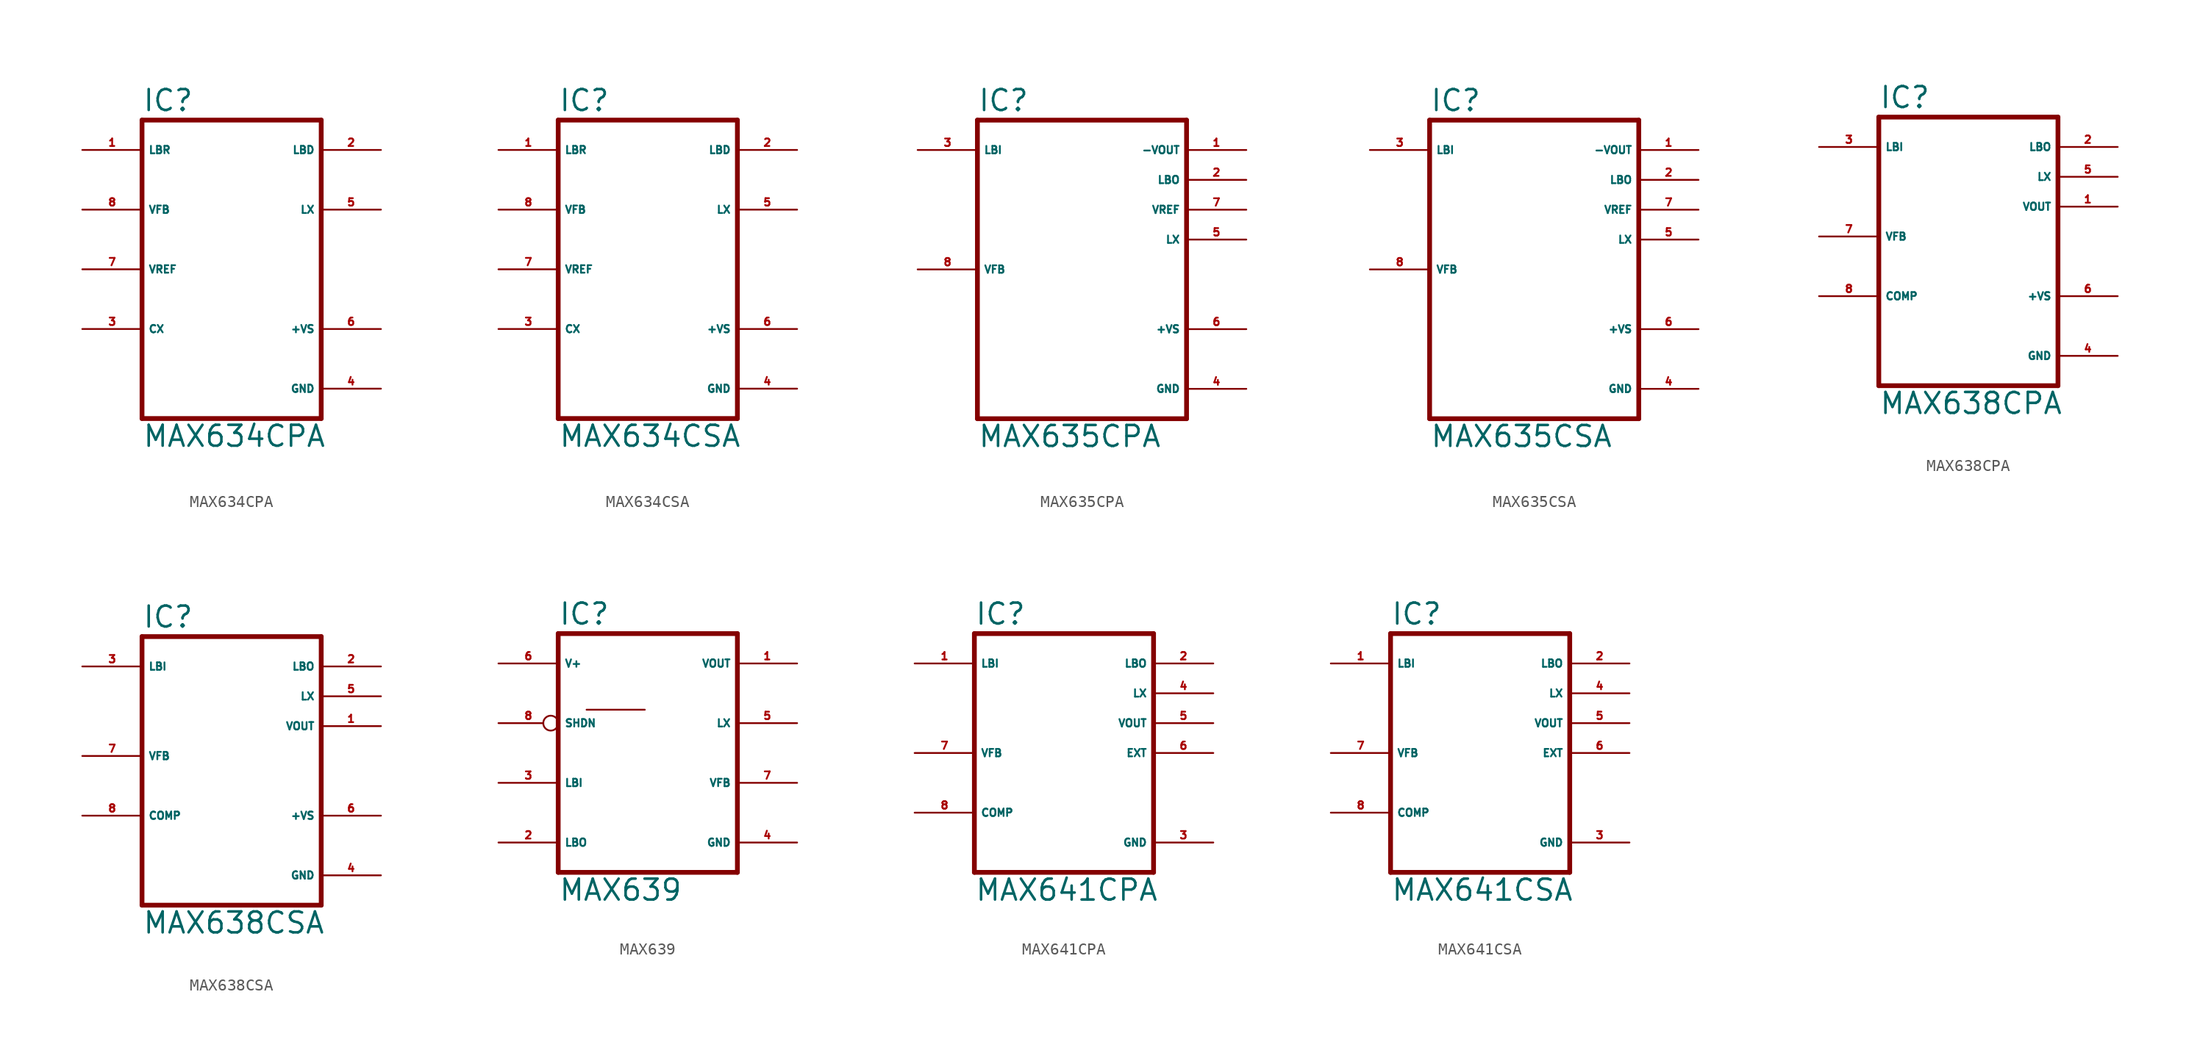
<source format=kicad_sym>
(kicad_symbol_lib
  (version 20220914)
  (generator Eagle2Kicad)
  (symbol "MAX634CPA"
    (property "Reference" "IC"
      (at -7.62 13.335 0)
      (effects (font (size 1.778 1.778) (thickness 0.22)) (justify left bottom)))
    (property "Value" "MAX634CPA"
      (at -7.62 -15.24 0)
      (effects (font (size 1.778 1.778) (thickness 0.22)) (justify left bottom)))
    (polyline
      (pts (xy -7.62 -12.7) (xy 7.62 -12.7))
      (stroke (width 0.406) (type default))
      (fill (type none)))
    (polyline
      (pts (xy 7.62 12.7) (xy 7.62 -12.7))
      (stroke (width 0.406) (type default))
      (fill (type none)))
    (polyline
      (pts (xy 7.62 12.7) (xy -7.62 12.7))
      (stroke (width 0.406) (type default))
      (fill (type none)))
    (polyline
      (pts (xy -7.62 -12.7) (xy -7.62 12.7))
      (stroke (width 0.406) (type default))
      (fill (type none)))
    (pin input line
      (at -12.7 5.08 0)
      (length 5.08)
      (name "VFB" (effects (font (size 0.635 0.635) (thickness 0.08)) (justify left bottom)))
      (number "8" (effects (font (size 0.635 0.635) (thickness 0.08)) (justify left bottom))))
    (pin input line
      (at -12.7 10.16 0)
      (length 5.08)
      (name "LBR" (effects (font (size 0.635 0.635) (thickness 0.08)) (justify left bottom)))
      (number "1" (effects (font (size 0.635 0.635) (thickness 0.08)) (justify left bottom))))
    (pin input line
      (at -12.7 0 0)
      (length 5.08)
      (name "VREF" (effects (font (size 0.635 0.635) (thickness 0.08)) (justify left bottom)))
      (number "7" (effects (font (size 0.635 0.635) (thickness 0.08)) (justify left bottom))))
    (pin passive line
      (at -12.7 -5.08 0)
      (length 5.08)
      (name "CX" (effects (font (size 0.635 0.635) (thickness 0.08)) (justify left bottom)))
      (number "3" (effects (font (size 0.635 0.635) (thickness 0.08)) (justify left bottom))))
    (pin unspecified line
      (at 12.7 -10.16 180)
      (length 5.08)
      (name "GND" (effects (font (size 0.635 0.635) (thickness 0.08)) (justify left bottom)))
      (number "4" (effects (font (size 0.635 0.635) (thickness 0.08)) (justify left bottom))))
    (pin unspecified line
      (at 12.7 -5.08 180)
      (length 5.08)
      (name "+VS" (effects (font (size 0.635 0.635) (thickness 0.08)) (justify left bottom)))
      (number "6" (effects (font (size 0.635 0.635) (thickness 0.08)) (justify left bottom))))
    (pin output line
      (at 12.7 10.16 180)
      (length 5.08)
      (name "LBD" (effects (font (size 0.635 0.635) (thickness 0.08)) (justify left bottom)))
      (number "2" (effects (font (size 0.635 0.635) (thickness 0.08)) (justify left bottom))))
    (pin output line
      (at 12.7 5.08 180)
      (length 5.08)
      (name "LX" (effects (font (size 0.635 0.635) (thickness 0.08)) (justify left bottom)))
      (number "5" (effects (font (size 0.635 0.635) (thickness 0.08)) (justify left bottom)))))
  (symbol "MAX634CSA"
    (property "Reference" "IC"
      (at -7.62 13.335 0)
      (effects (font (size 1.778 1.778) (thickness 0.22)) (justify left bottom)))
    (property "Value" "MAX634CSA"
      (at -7.62 -15.24 0)
      (effects (font (size 1.778 1.778) (thickness 0.22)) (justify left bottom)))
    (polyline
      (pts (xy -7.62 -12.7) (xy 7.62 -12.7))
      (stroke (width 0.406) (type default))
      (fill (type none)))
    (polyline
      (pts (xy 7.62 12.7) (xy 7.62 -12.7))
      (stroke (width 0.406) (type default))
      (fill (type none)))
    (polyline
      (pts (xy 7.62 12.7) (xy -7.62 12.7))
      (stroke (width 0.406) (type default))
      (fill (type none)))
    (polyline
      (pts (xy -7.62 -12.7) (xy -7.62 12.7))
      (stroke (width 0.406) (type default))
      (fill (type none)))
    (pin input line
      (at -12.7 5.08 0)
      (length 5.08)
      (name "VFB" (effects (font (size 0.635 0.635) (thickness 0.08)) (justify left bottom)))
      (number "8" (effects (font (size 0.635 0.635) (thickness 0.08)) (justify left bottom))))
    (pin input line
      (at -12.7 10.16 0)
      (length 5.08)
      (name "LBR" (effects (font (size 0.635 0.635) (thickness 0.08)) (justify left bottom)))
      (number "1" (effects (font (size 0.635 0.635) (thickness 0.08)) (justify left bottom))))
    (pin input line
      (at -12.7 0 0)
      (length 5.08)
      (name "VREF" (effects (font (size 0.635 0.635) (thickness 0.08)) (justify left bottom)))
      (number "7" (effects (font (size 0.635 0.635) (thickness 0.08)) (justify left bottom))))
    (pin passive line
      (at -12.7 -5.08 0)
      (length 5.08)
      (name "CX" (effects (font (size 0.635 0.635) (thickness 0.08)) (justify left bottom)))
      (number "3" (effects (font (size 0.635 0.635) (thickness 0.08)) (justify left bottom))))
    (pin unspecified line
      (at 12.7 -10.16 180)
      (length 5.08)
      (name "GND" (effects (font (size 0.635 0.635) (thickness 0.08)) (justify left bottom)))
      (number "4" (effects (font (size 0.635 0.635) (thickness 0.08)) (justify left bottom))))
    (pin unspecified line
      (at 12.7 -5.08 180)
      (length 5.08)
      (name "+VS" (effects (font (size 0.635 0.635) (thickness 0.08)) (justify left bottom)))
      (number "6" (effects (font (size 0.635 0.635) (thickness 0.08)) (justify left bottom))))
    (pin output line
      (at 12.7 10.16 180)
      (length 5.08)
      (name "LBD" (effects (font (size 0.635 0.635) (thickness 0.08)) (justify left bottom)))
      (number "2" (effects (font (size 0.635 0.635) (thickness 0.08)) (justify left bottom))))
    (pin output line
      (at 12.7 5.08 180)
      (length 5.08)
      (name "LX" (effects (font (size 0.635 0.635) (thickness 0.08)) (justify left bottom)))
      (number "5" (effects (font (size 0.635 0.635) (thickness 0.08)) (justify left bottom)))))
  (symbol "MAX635CPA"
    (property "Reference" "IC"
      (at -10.16 13.335 0)
      (effects (font (size 1.778 1.778) (thickness 0.22)) (justify left bottom)))
    (property "Value" "MAX635CPA"
      (at -10.16 -15.24 0)
      (effects (font (size 1.778 1.778) (thickness 0.22)) (justify left bottom)))
    (polyline
      (pts (xy -10.16 -12.7) (xy 7.62 -12.7))
      (stroke (width 0.406) (type default))
      (fill (type none)))
    (polyline
      (pts (xy 7.62 12.7) (xy 7.62 -12.7))
      (stroke (width 0.406) (type default))
      (fill (type none)))
    (polyline
      (pts (xy 7.62 12.7) (xy -10.16 12.7))
      (stroke (width 0.406) (type default))
      (fill (type none)))
    (polyline
      (pts (xy -10.16 -12.7) (xy -10.16 12.7))
      (stroke (width 0.406) (type default))
      (fill (type none)))
    (pin input line
      (at -15.24 0 0)
      (length 5.08)
      (name "VFB" (effects (font (size 0.635 0.635) (thickness 0.08)) (justify left bottom)))
      (number "8" (effects (font (size 0.635 0.635) (thickness 0.08)) (justify left bottom))))
    (pin input line
      (at -15.24 10.16 0)
      (length 5.08)
      (name "LBI" (effects (font (size 0.635 0.635) (thickness 0.08)) (justify left bottom)))
      (number "3" (effects (font (size 0.635 0.635) (thickness 0.08)) (justify left bottom))))
    (pin output line
      (at 12.7 5.08 180)
      (length 5.08)
      (name "VREF" (effects (font (size 0.635 0.635) (thickness 0.08)) (justify left bottom)))
      (number "7" (effects (font (size 0.635 0.635) (thickness 0.08)) (justify left bottom))))
    (pin output line
      (at 12.7 10.16 180)
      (length 5.08)
      (name "-VOUT" (effects (font (size 0.635 0.635) (thickness 0.08)) (justify left bottom)))
      (number "1" (effects (font (size 0.635 0.635) (thickness 0.08)) (justify left bottom))))
    (pin unspecified line
      (at 12.7 -10.16 180)
      (length 5.08)
      (name "GND" (effects (font (size 0.635 0.635) (thickness 0.08)) (justify left bottom)))
      (number "4" (effects (font (size 0.635 0.635) (thickness 0.08)) (justify left bottom))))
    (pin unspecified line
      (at 12.7 -5.08 180)
      (length 5.08)
      (name "+VS" (effects (font (size 0.635 0.635) (thickness 0.08)) (justify left bottom)))
      (number "6" (effects (font (size 0.635 0.635) (thickness 0.08)) (justify left bottom))))
    (pin output line
      (at 12.7 7.62 180)
      (length 5.08)
      (name "LBO" (effects (font (size 0.635 0.635) (thickness 0.08)) (justify left bottom)))
      (number "2" (effects (font (size 0.635 0.635) (thickness 0.08)) (justify left bottom))))
    (pin output line
      (at 12.7 2.54 180)
      (length 5.08)
      (name "LX" (effects (font (size 0.635 0.635) (thickness 0.08)) (justify left bottom)))
      (number "5" (effects (font (size 0.635 0.635) (thickness 0.08)) (justify left bottom)))))
  (symbol "MAX635CSA"
    (property "Reference" "IC"
      (at -10.16 13.335 0)
      (effects (font (size 1.778 1.778) (thickness 0.22)) (justify left bottom)))
    (property "Value" "MAX635CSA"
      (at -10.16 -15.24 0)
      (effects (font (size 1.778 1.778) (thickness 0.22)) (justify left bottom)))
    (polyline
      (pts (xy -10.16 -12.7) (xy 7.62 -12.7))
      (stroke (width 0.406) (type default))
      (fill (type none)))
    (polyline
      (pts (xy 7.62 12.7) (xy 7.62 -12.7))
      (stroke (width 0.406) (type default))
      (fill (type none)))
    (polyline
      (pts (xy 7.62 12.7) (xy -10.16 12.7))
      (stroke (width 0.406) (type default))
      (fill (type none)))
    (polyline
      (pts (xy -10.16 -12.7) (xy -10.16 12.7))
      (stroke (width 0.406) (type default))
      (fill (type none)))
    (pin input line
      (at -15.24 0 0)
      (length 5.08)
      (name "VFB" (effects (font (size 0.635 0.635) (thickness 0.08)) (justify left bottom)))
      (number "8" (effects (font (size 0.635 0.635) (thickness 0.08)) (justify left bottom))))
    (pin input line
      (at -15.24 10.16 0)
      (length 5.08)
      (name "LBI" (effects (font (size 0.635 0.635) (thickness 0.08)) (justify left bottom)))
      (number "3" (effects (font (size 0.635 0.635) (thickness 0.08)) (justify left bottom))))
    (pin output line
      (at 12.7 5.08 180)
      (length 5.08)
      (name "VREF" (effects (font (size 0.635 0.635) (thickness 0.08)) (justify left bottom)))
      (number "7" (effects (font (size 0.635 0.635) (thickness 0.08)) (justify left bottom))))
    (pin output line
      (at 12.7 10.16 180)
      (length 5.08)
      (name "-VOUT" (effects (font (size 0.635 0.635) (thickness 0.08)) (justify left bottom)))
      (number "1" (effects (font (size 0.635 0.635) (thickness 0.08)) (justify left bottom))))
    (pin unspecified line
      (at 12.7 -10.16 180)
      (length 5.08)
      (name "GND" (effects (font (size 0.635 0.635) (thickness 0.08)) (justify left bottom)))
      (number "4" (effects (font (size 0.635 0.635) (thickness 0.08)) (justify left bottom))))
    (pin unspecified line
      (at 12.7 -5.08 180)
      (length 5.08)
      (name "+VS" (effects (font (size 0.635 0.635) (thickness 0.08)) (justify left bottom)))
      (number "6" (effects (font (size 0.635 0.635) (thickness 0.08)) (justify left bottom))))
    (pin output line
      (at 12.7 7.62 180)
      (length 5.08)
      (name "LBO" (effects (font (size 0.635 0.635) (thickness 0.08)) (justify left bottom)))
      (number "2" (effects (font (size 0.635 0.635) (thickness 0.08)) (justify left bottom))))
    (pin output line
      (at 12.7 2.54 180)
      (length 5.08)
      (name "LX" (effects (font (size 0.635 0.635) (thickness 0.08)) (justify left bottom)))
      (number "5" (effects (font (size 0.635 0.635) (thickness 0.08)) (justify left bottom)))))
  (symbol "MAX638CPA"
    (property "Reference" "IC"
      (at -7.62 10.795 0)
      (effects (font (size 1.778 1.778) (thickness 0.22)) (justify left bottom)))
    (property "Value" "MAX638CPA"
      (at -7.62 -15.24 0)
      (effects (font (size 1.778 1.778) (thickness 0.22)) (justify left bottom)))
    (polyline
      (pts (xy -7.62 -12.7) (xy 7.62 -12.7))
      (stroke (width 0.406) (type default))
      (fill (type none)))
    (polyline
      (pts (xy 7.62 10.16) (xy 7.62 -12.7))
      (stroke (width 0.406) (type default))
      (fill (type none)))
    (polyline
      (pts (xy 7.62 10.16) (xy -7.62 10.16))
      (stroke (width 0.406) (type default))
      (fill (type none)))
    (polyline
      (pts (xy -7.62 -12.7) (xy -7.62 10.16))
      (stroke (width 0.406) (type default))
      (fill (type none)))
    (pin input line
      (at -12.7 0 0)
      (length 5.08)
      (name "VFB" (effects (font (size 0.635 0.635) (thickness 0.08)) (justify left bottom)))
      (number "7" (effects (font (size 0.635 0.635) (thickness 0.08)) (justify left bottom))))
    (pin input line
      (at -12.7 7.62 0)
      (length 5.08)
      (name "LBI" (effects (font (size 0.635 0.635) (thickness 0.08)) (justify left bottom)))
      (number "3" (effects (font (size 0.635 0.635) (thickness 0.08)) (justify left bottom))))
    (pin unspecified line
      (at 12.7 -5.08 180)
      (length 5.08)
      (name "+VS" (effects (font (size 0.635 0.635) (thickness 0.08)) (justify left bottom)))
      (number "6" (effects (font (size 0.635 0.635) (thickness 0.08)) (justify left bottom))))
    (pin output line
      (at 12.7 2.54 180)
      (length 5.08)
      (name "VOUT" (effects (font (size 0.635 0.635) (thickness 0.08)) (justify left bottom)))
      (number "1" (effects (font (size 0.635 0.635) (thickness 0.08)) (justify left bottom))))
    (pin unspecified line
      (at 12.7 -10.16 180)
      (length 5.08)
      (name "GND" (effects (font (size 0.635 0.635) (thickness 0.08)) (justify left bottom)))
      (number "4" (effects (font (size 0.635 0.635) (thickness 0.08)) (justify left bottom))))
    (pin input line
      (at -12.7 -5.08 0)
      (length 5.08)
      (name "COMP" (effects (font (size 0.635 0.635) (thickness 0.08)) (justify left bottom)))
      (number "8" (effects (font (size 0.635 0.635) (thickness 0.08)) (justify left bottom))))
    (pin output line
      (at 12.7 7.62 180)
      (length 5.08)
      (name "LBO" (effects (font (size 0.635 0.635) (thickness 0.08)) (justify left bottom)))
      (number "2" (effects (font (size 0.635 0.635) (thickness 0.08)) (justify left bottom))))
    (pin output line
      (at 12.7 5.08 180)
      (length 5.08)
      (name "LX" (effects (font (size 0.635 0.635) (thickness 0.08)) (justify left bottom)))
      (number "5" (effects (font (size 0.635 0.635) (thickness 0.08)) (justify left bottom)))))
  (symbol "MAX638CSA"
    (property "Reference" "IC"
      (at -7.62 10.795 0)
      (effects (font (size 1.778 1.778) (thickness 0.22)) (justify left bottom)))
    (property "Value" "MAX638CSA"
      (at -7.62 -15.24 0)
      (effects (font (size 1.778 1.778) (thickness 0.22)) (justify left bottom)))
    (polyline
      (pts (xy -7.62 -12.7) (xy 7.62 -12.7))
      (stroke (width 0.406) (type default))
      (fill (type none)))
    (polyline
      (pts (xy 7.62 10.16) (xy 7.62 -12.7))
      (stroke (width 0.406) (type default))
      (fill (type none)))
    (polyline
      (pts (xy 7.62 10.16) (xy -7.62 10.16))
      (stroke (width 0.406) (type default))
      (fill (type none)))
    (polyline
      (pts (xy -7.62 -12.7) (xy -7.62 10.16))
      (stroke (width 0.406) (type default))
      (fill (type none)))
    (pin input line
      (at -12.7 0 0)
      (length 5.08)
      (name "VFB" (effects (font (size 0.635 0.635) (thickness 0.08)) (justify left bottom)))
      (number "7" (effects (font (size 0.635 0.635) (thickness 0.08)) (justify left bottom))))
    (pin input line
      (at -12.7 7.62 0)
      (length 5.08)
      (name "LBI" (effects (font (size 0.635 0.635) (thickness 0.08)) (justify left bottom)))
      (number "3" (effects (font (size 0.635 0.635) (thickness 0.08)) (justify left bottom))))
    (pin unspecified line
      (at 12.7 -5.08 180)
      (length 5.08)
      (name "+VS" (effects (font (size 0.635 0.635) (thickness 0.08)) (justify left bottom)))
      (number "6" (effects (font (size 0.635 0.635) (thickness 0.08)) (justify left bottom))))
    (pin output line
      (at 12.7 2.54 180)
      (length 5.08)
      (name "VOUT" (effects (font (size 0.635 0.635) (thickness 0.08)) (justify left bottom)))
      (number "1" (effects (font (size 0.635 0.635) (thickness 0.08)) (justify left bottom))))
    (pin unspecified line
      (at 12.7 -10.16 180)
      (length 5.08)
      (name "GND" (effects (font (size 0.635 0.635) (thickness 0.08)) (justify left bottom)))
      (number "4" (effects (font (size 0.635 0.635) (thickness 0.08)) (justify left bottom))))
    (pin input line
      (at -12.7 -5.08 0)
      (length 5.08)
      (name "COMP" (effects (font (size 0.635 0.635) (thickness 0.08)) (justify left bottom)))
      (number "8" (effects (font (size 0.635 0.635) (thickness 0.08)) (justify left bottom))))
    (pin output line
      (at 12.7 7.62 180)
      (length 5.08)
      (name "LBO" (effects (font (size 0.635 0.635) (thickness 0.08)) (justify left bottom)))
      (number "2" (effects (font (size 0.635 0.635) (thickness 0.08)) (justify left bottom))))
    (pin output line
      (at 12.7 5.08 180)
      (length 5.08)
      (name "LX" (effects (font (size 0.635 0.635) (thickness 0.08)) (justify left bottom)))
      (number "5" (effects (font (size 0.635 0.635) (thickness 0.08)) (justify left bottom)))))
  (symbol "MAX639"
    (property "Reference" "IC"
      (at -7.62 10.795 0)
      (effects (font (size 1.778 1.778) (thickness 0.22)) (justify left bottom)))
    (property "Value" "MAX639"
      (at -7.62 -12.7 0)
      (effects (font (size 1.778 1.778) (thickness 0.22)) (justify left bottom)))
    (polyline
      (pts (xy -7.62 10.16) (xy 7.62 10.16))
      (stroke (width 0.406) (type default))
      (fill (type none)))
    (polyline
      (pts (xy 7.62 10.16) (xy 7.62 -10.16))
      (stroke (width 0.406) (type default))
      (fill (type none)))
    (polyline
      (pts (xy 7.62 -10.16) (xy -7.62 -10.16))
      (stroke (width 0.406) (type default))
      (fill (type none)))
    (polyline
      (pts (xy -7.62 10.16) (xy -7.62 -10.16))
      (stroke (width 0.406) (type default))
      (fill (type none)))
    (polyline
      (pts (xy -5.207 3.683) (xy -0.254 3.683))
      (stroke (width 0.152) (type default))
      (fill (type none)))
    (pin unspecified line
      (at -12.7 7.62 0)
      (length 5.08)
      (name "V+" (effects (font (size 0.635 0.635) (thickness 0.08)) (justify left bottom)))
      (number "6" (effects (font (size 0.635 0.635) (thickness 0.08)) (justify left bottom))))
    (pin input inverted
      (at -12.7 2.54 0)
      (length 5.08)
      (name "SHDN" (effects (font (size 0.635 0.635) (thickness 0.08)) (justify left bottom)))
      (number "8" (effects (font (size 0.635 0.635) (thickness 0.08)) (justify left bottom))))
    (pin input line
      (at -12.7 -2.54 0)
      (length 5.08)
      (name "LBI" (effects (font (size 0.635 0.635) (thickness 0.08)) (justify left bottom)))
      (number "3" (effects (font (size 0.635 0.635) (thickness 0.08)) (justify left bottom))))
    (pin output line
      (at -12.7 -7.62 0)
      (length 5.08)
      (name "LBO" (effects (font (size 0.635 0.635) (thickness 0.08)) (justify left bottom)))
      (number "2" (effects (font (size 0.635 0.635) (thickness 0.08)) (justify left bottom))))
    (pin output line
      (at 12.7 7.62 180)
      (length 5.08)
      (name "VOUT" (effects (font (size 0.635 0.635) (thickness 0.08)) (justify left bottom)))
      (number "1" (effects (font (size 0.635 0.635) (thickness 0.08)) (justify left bottom))))
    (pin output line
      (at 12.7 2.54 180)
      (length 5.08)
      (name "LX" (effects (font (size 0.635 0.635) (thickness 0.08)) (justify left bottom)))
      (number "5" (effects (font (size 0.635 0.635) (thickness 0.08)) (justify left bottom))))
    (pin output line
      (at 12.7 -2.54 180)
      (length 5.08)
      (name "VFB" (effects (font (size 0.635 0.635) (thickness 0.08)) (justify left bottom)))
      (number "7" (effects (font (size 0.635 0.635) (thickness 0.08)) (justify left bottom))))
    (pin unspecified line
      (at 12.7 -7.62 180)
      (length 5.08)
      (name "GND" (effects (font (size 0.635 0.635) (thickness 0.08)) (justify left bottom)))
      (number "4" (effects (font (size 0.635 0.635) (thickness 0.08)) (justify left bottom)))))
  (symbol "MAX641CPA"
    (property "Reference" "IC"
      (at -7.62 10.795 0)
      (effects (font (size 1.778 1.778) (thickness 0.22)) (justify left bottom)))
    (property "Value" "MAX641CPA"
      (at -7.62 -12.7 0)
      (effects (font (size 1.778 1.778) (thickness 0.22)) (justify left bottom)))
    (polyline
      (pts (xy -7.62 -10.16) (xy 7.62 -10.16))
      (stroke (width 0.406) (type default))
      (fill (type none)))
    (polyline
      (pts (xy 7.62 10.16) (xy 7.62 -10.16))
      (stroke (width 0.406) (type default))
      (fill (type none)))
    (polyline
      (pts (xy 7.62 10.16) (xy -7.62 10.16))
      (stroke (width 0.406) (type default))
      (fill (type none)))
    (polyline
      (pts (xy -7.62 -10.16) (xy -7.62 10.16))
      (stroke (width 0.406) (type default))
      (fill (type none)))
    (pin input line
      (at -12.7 0 0)
      (length 5.08)
      (name "VFB" (effects (font (size 0.635 0.635) (thickness 0.08)) (justify left bottom)))
      (number "7" (effects (font (size 0.635 0.635) (thickness 0.08)) (justify left bottom))))
    (pin input line
      (at -12.7 7.62 0)
      (length 5.08)
      (name "LBI" (effects (font (size 0.635 0.635) (thickness 0.08)) (justify left bottom)))
      (number "1" (effects (font (size 0.635 0.635) (thickness 0.08)) (justify left bottom))))
    (pin output line
      (at 12.7 0 180)
      (length 5.08)
      (name "EXT" (effects (font (size 0.635 0.635) (thickness 0.08)) (justify left bottom)))
      (number "6" (effects (font (size 0.635 0.635) (thickness 0.08)) (justify left bottom))))
    (pin output line
      (at 12.7 2.54 180)
      (length 5.08)
      (name "VOUT" (effects (font (size 0.635 0.635) (thickness 0.08)) (justify left bottom)))
      (number "5" (effects (font (size 0.635 0.635) (thickness 0.08)) (justify left bottom))))
    (pin unspecified line
      (at 12.7 -7.62 180)
      (length 5.08)
      (name "GND" (effects (font (size 0.635 0.635) (thickness 0.08)) (justify left bottom)))
      (number "3" (effects (font (size 0.635 0.635) (thickness 0.08)) (justify left bottom))))
    (pin input line
      (at -12.7 -5.08 0)
      (length 5.08)
      (name "COMP" (effects (font (size 0.635 0.635) (thickness 0.08)) (justify left bottom)))
      (number "8" (effects (font (size 0.635 0.635) (thickness 0.08)) (justify left bottom))))
    (pin output line
      (at 12.7 7.62 180)
      (length 5.08)
      (name "LBO" (effects (font (size 0.635 0.635) (thickness 0.08)) (justify left bottom)))
      (number "2" (effects (font (size 0.635 0.635) (thickness 0.08)) (justify left bottom))))
    (pin output line
      (at 12.7 5.08 180)
      (length 5.08)
      (name "LX" (effects (font (size 0.635 0.635) (thickness 0.08)) (justify left bottom)))
      (number "4" (effects (font (size 0.635 0.635) (thickness 0.08)) (justify left bottom)))))
  (symbol "MAX641CSA"
    (property "Reference" "IC"
      (at -7.62 10.795 0)
      (effects (font (size 1.778 1.778) (thickness 0.22)) (justify left bottom)))
    (property "Value" "MAX641CSA"
      (at -7.62 -12.7 0)
      (effects (font (size 1.778 1.778) (thickness 0.22)) (justify left bottom)))
    (polyline
      (pts (xy -7.62 -10.16) (xy 7.62 -10.16))
      (stroke (width 0.406) (type default))
      (fill (type none)))
    (polyline
      (pts (xy 7.62 10.16) (xy 7.62 -10.16))
      (stroke (width 0.406) (type default))
      (fill (type none)))
    (polyline
      (pts (xy 7.62 10.16) (xy -7.62 10.16))
      (stroke (width 0.406) (type default))
      (fill (type none)))
    (polyline
      (pts (xy -7.62 -10.16) (xy -7.62 10.16))
      (stroke (width 0.406) (type default))
      (fill (type none)))
    (pin input line
      (at -12.7 0 0)
      (length 5.08)
      (name "VFB" (effects (font (size 0.635 0.635) (thickness 0.08)) (justify left bottom)))
      (number "7" (effects (font (size 0.635 0.635) (thickness 0.08)) (justify left bottom))))
    (pin input line
      (at -12.7 7.62 0)
      (length 5.08)
      (name "LBI" (effects (font (size 0.635 0.635) (thickness 0.08)) (justify left bottom)))
      (number "1" (effects (font (size 0.635 0.635) (thickness 0.08)) (justify left bottom))))
    (pin output line
      (at 12.7 0 180)
      (length 5.08)
      (name "EXT" (effects (font (size 0.635 0.635) (thickness 0.08)) (justify left bottom)))
      (number "6" (effects (font (size 0.635 0.635) (thickness 0.08)) (justify left bottom))))
    (pin output line
      (at 12.7 2.54 180)
      (length 5.08)
      (name "VOUT" (effects (font (size 0.635 0.635) (thickness 0.08)) (justify left bottom)))
      (number "5" (effects (font (size 0.635 0.635) (thickness 0.08)) (justify left bottom))))
    (pin unspecified line
      (at 12.7 -7.62 180)
      (length 5.08)
      (name "GND" (effects (font (size 0.635 0.635) (thickness 0.08)) (justify left bottom)))
      (number "3" (effects (font (size 0.635 0.635) (thickness 0.08)) (justify left bottom))))
    (pin input line
      (at -12.7 -5.08 0)
      (length 5.08)
      (name "COMP" (effects (font (size 0.635 0.635) (thickness 0.08)) (justify left bottom)))
      (number "8" (effects (font (size 0.635 0.635) (thickness 0.08)) (justify left bottom))))
    (pin output line
      (at 12.7 7.62 180)
      (length 5.08)
      (name "LBO" (effects (font (size 0.635 0.635) (thickness 0.08)) (justify left bottom)))
      (number "2" (effects (font (size 0.635 0.635) (thickness 0.08)) (justify left bottom))))
    (pin output line
      (at 12.7 5.08 180)
      (length 5.08)
      (name "LX" (effects (font (size 0.635 0.635) (thickness 0.08)) (justify left bottom)))
      (number "4" (effects (font (size 0.635 0.635) (thickness 0.08)) (justify left bottom))))))
</source>
